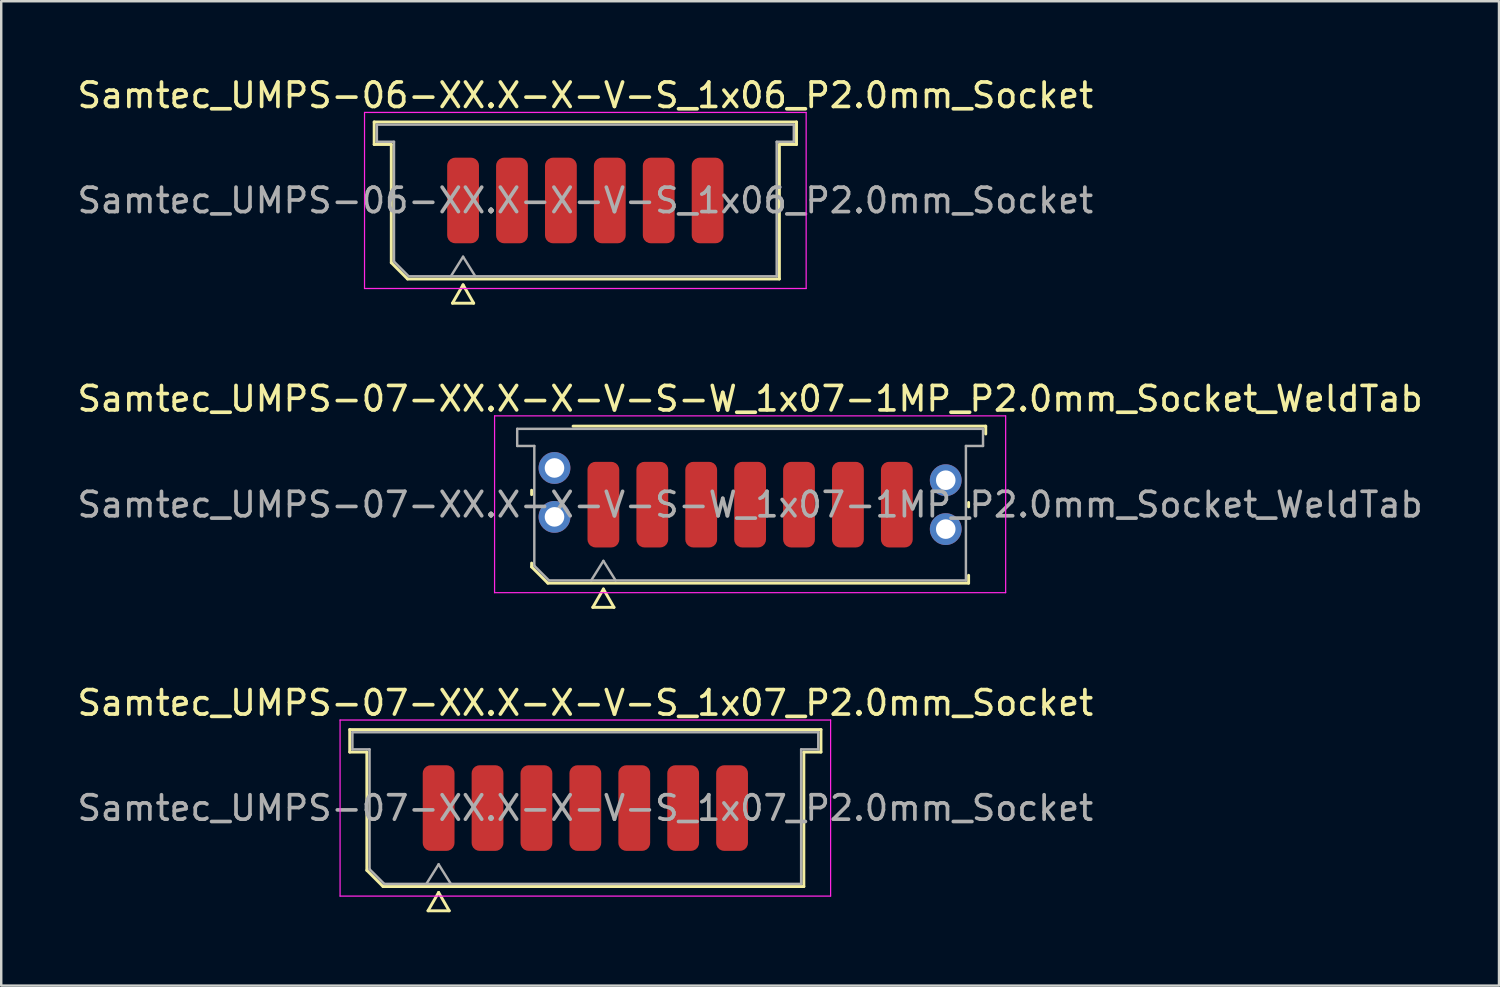
<source format=kicad_pcb>
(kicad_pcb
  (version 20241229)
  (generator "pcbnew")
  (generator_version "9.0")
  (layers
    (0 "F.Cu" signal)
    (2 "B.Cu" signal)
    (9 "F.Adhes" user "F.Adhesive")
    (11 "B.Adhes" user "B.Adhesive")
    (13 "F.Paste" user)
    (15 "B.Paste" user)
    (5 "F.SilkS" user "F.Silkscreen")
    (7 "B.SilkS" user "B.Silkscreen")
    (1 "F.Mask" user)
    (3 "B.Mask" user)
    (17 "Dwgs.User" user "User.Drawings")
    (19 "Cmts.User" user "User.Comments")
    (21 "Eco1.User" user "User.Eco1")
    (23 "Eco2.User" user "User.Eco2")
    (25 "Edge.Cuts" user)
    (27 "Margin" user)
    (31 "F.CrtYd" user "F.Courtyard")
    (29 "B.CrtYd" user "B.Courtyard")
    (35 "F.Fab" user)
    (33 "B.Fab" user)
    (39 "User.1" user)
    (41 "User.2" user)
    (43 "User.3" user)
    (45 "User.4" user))
  (footprint "Samtec_UMPS-07-XX.X-X-V-S_1x07_P2.0mm_Socket"
    (layer "F.Cu")
    (at 20.887 29.995)
    (property "Reference" "Samtec_UMPS-07-XX.X-X-V-S_1x07_P2.0mm_Socket" (at 0 -4.3 0) (layer "F.SilkS") (effects (font (size 1 1) (thickness 0.15))))
    (attr smd)
    (fp_line (start -9.635 -3.21) (end 9.635 -3.21) (stroke (width 0.12) (type solid)) (layer "F.SilkS"))
    (fp_line (start -9.635 -2.29) (end -9.635 -3.21) (stroke (width 0.12) (type solid)) (layer "F.SilkS"))
    (fp_line (start -8.935 -2.29) (end -9.635 -2.29) (stroke (width 0.12) (type solid)) (layer "F.SilkS"))
    (fp_line (start -8.935 2.546) (end -8.935 -2.29) (stroke (width 0.12) (type solid)) (layer "F.SilkS"))
    (fp_line (start -8.271 3.21) (end -8.935 2.546) (stroke (width 0.12) (type solid)) (layer "F.SilkS"))
    (fp_line (start -6.433 4.2) (end -6 3.45) (stroke (width 0.12) (type solid)) (layer "F.SilkS"))
    (fp_line (start -6 3.45) (end -5.567 4.2) (stroke (width 0.12) (type solid)) (layer "F.SilkS"))
    (fp_line (start -5.567 4.2) (end -6.433 4.2) (stroke (width 0.12) (type solid)) (layer "F.SilkS"))
    (fp_line (start 8.935 -2.29) (end 8.935 3.21) (stroke (width 0.12) (type solid)) (layer "F.SilkS"))
    (fp_line (start 8.935 3.21) (end -8.271 3.21) (stroke (width 0.12) (type solid)) (layer "F.SilkS"))
    (fp_line (start 9.635 -3.21) (end 9.635 -2.29) (stroke (width 0.12) (type solid)) (layer "F.SilkS"))
    (fp_line (start 9.635 -2.29) (end 8.935 -2.29) (stroke (width 0.12) (type solid)) (layer "F.SilkS"))
    (fp_line (start -10.03 -3.6) (end -10.03 3.6) (stroke (width 0.05) (type solid)) (layer "F.CrtYd"))
    (fp_line (start -10.03 3.6) (end 10.03 3.6) (stroke (width 0.05) (type solid)) (layer "F.CrtYd"))
    (fp_line (start 10.03 -3.6) (end -10.03 -3.6) (stroke (width 0.05) (type solid)) (layer "F.CrtYd"))
    (fp_line (start 10.03 3.6) (end 10.03 -3.6) (stroke (width 0.05) (type solid)) (layer "F.CrtYd"))
    (fp_line (start -9.525 -3.1) (end 9.525 -3.1) (stroke (width 0.1) (type solid)) (layer "F.Fab"))
    (fp_line (start -9.525 -2.4) (end -9.525 -3.1) (stroke (width 0.1) (type solid)) (layer "F.Fab"))
    (fp_line (start -8.825 -2.4) (end -9.525 -2.4) (stroke (width 0.1) (type solid)) (layer "F.Fab"))
    (fp_line (start -8.825 2.5) (end -8.825 -2.4) (stroke (width 0.1) (type solid)) (layer "F.Fab"))
    (fp_line (start -8.225 3.1) (end -8.825 2.5) (stroke (width 0.1) (type solid)) (layer "F.Fab"))
    (fp_line (start -6.5 3.1) (end -6 2.3) (stroke (width 0.1) (type solid)) (layer "F.Fab"))
    (fp_line (start -6 2.3) (end -5.5 3.1) (stroke (width 0.1) (type solid)) (layer "F.Fab"))
    (fp_line (start 8.825 -2.4) (end 8.825 3.1) (stroke (width 0.1) (type solid)) (layer "F.Fab"))
    (fp_line (start 8.825 3.1) (end -8.225 3.1) (stroke (width 0.1) (type solid)) (layer "F.Fab"))
    (fp_line (start 9.525 -3.1) (end 9.525 -2.4) (stroke (width 0.1) (type solid)) (layer "F.Fab"))
    (fp_line (start 9.525 -2.4) (end 8.825 -2.4) (stroke (width 0.1) (type solid)) (layer "F.Fab"))
    (fp_text user "${REFERENCE}" (at 0 0 0) (layer "F.Fab") (effects (font (size 1 1) (thickness 0.15))))
    (pad "1" smd roundrect (at -6 0) (size 1.3 3.5) (layers "F.Cu" "F.Mask" "F.Paste") (roundrect_rratio 0.25))
    (pad "2" smd roundrect (at -4 0) (size 1.3 3.5) (layers "F.Cu" "F.Mask" "F.Paste") (roundrect_rratio 0.25))
    (pad "3" smd roundrect (at -2 0) (size 1.3 3.5) (layers "F.Cu" "F.Mask" "F.Paste") (roundrect_rratio 0.25))
    (pad "4" smd roundrect (at 0 0) (size 1.3 3.5) (layers "F.Cu" "F.Mask" "F.Paste") (roundrect_rratio 0.25))
    (pad "5" smd roundrect (at 2 0) (size 1.3 3.5) (layers "F.Cu" "F.Mask" "F.Paste") (roundrect_rratio 0.25))
    (pad "6" smd roundrect (at 4 0) (size 1.3 3.5) (layers "F.Cu" "F.Mask" "F.Paste") (roundrect_rratio 0.25))
    (pad "7" smd roundrect (at 6 0) (size 1.3 3.5) (layers "F.Cu" "F.Mask" "F.Paste") (roundrect_rratio 0.25)))
  (footprint "Samtec_UMPS-07-XX.X-X-V-S-W_1x07-1MP_P2.0mm_Socket_WeldTab"
    (layer "F.Cu")
    (at 27.625 17.587)
    (property "Reference" "Samtec_UMPS-07-XX.X-X-V-S-W_1x07-1MP_P2.0mm_Socket_WeldTab" (at 0 -4.33 0) (layer "F.SilkS") (effects (font (size 1 1) (thickness 0.15))))
    (attr smd)
    (fp_line (start -8.935 -0.41) (end -8.935 -0.59) (stroke (width 0.12) (type solid)) (layer "F.SilkS"))
    (fp_line (start -8.935 2.546) (end -8.935 2.39) (stroke (width 0.12) (type solid)) (layer "F.SilkS"))
    (fp_line (start -8.271 3.21) (end -8.935 2.546) (stroke (width 0.12) (type solid)) (layer "F.SilkS"))
    (fp_line (start -7.24 -3.21) (end 9.635 -3.21) (stroke (width 0.12) (type solid)) (layer "F.SilkS"))
    (fp_line (start -6.433 4.2) (end -6 3.45) (stroke (width 0.12) (type solid)) (layer "F.SilkS"))
    (fp_line (start -6 3.45) (end -5.567 4.2) (stroke (width 0.12) (type solid)) (layer "F.SilkS"))
    (fp_line (start -5.567 4.2) (end -6.433 4.2) (stroke (width 0.12) (type solid)) (layer "F.SilkS"))
    (fp_line (start 8.935 -0.09) (end 8.935 0.09) (stroke (width 0.12) (type solid)) (layer "F.SilkS"))
    (fp_line (start 8.935 2.89) (end 8.935 3.21) (stroke (width 0.12) (type solid)) (layer "F.SilkS"))
    (fp_line (start 8.935 3.21) (end -8.271 3.21) (stroke (width 0.12) (type solid)) (layer "F.SilkS"))
    (fp_line (start 9.635 -3.21) (end 9.635 -2.89) (stroke (width 0.12) (type solid)) (layer "F.SilkS"))
    (fp_line (start -10.45 -3.63) (end -10.45 3.6) (stroke (width 0.05) (type solid)) (layer "F.CrtYd"))
    (fp_line (start -10.45 3.6) (end 10.45 3.6) (stroke (width 0.05) (type solid)) (layer "F.CrtYd"))
    (fp_line (start 10.45 -3.63) (end -10.45 -3.63) (stroke (width 0.05) (type solid)) (layer "F.CrtYd"))
    (fp_line (start 10.45 3.6) (end 10.45 -3.63) (stroke (width 0.05) (type solid)) (layer "F.CrtYd"))
    (fp_line (start -9.525 -3.1) (end 9.525 -3.1) (stroke (width 0.1) (type solid)) (layer "F.Fab"))
    (fp_line (start -9.525 -2.4) (end -9.525 -3.1) (stroke (width 0.1) (type solid)) (layer "F.Fab"))
    (fp_line (start -8.825 -2.4) (end -9.525 -2.4) (stroke (width 0.1) (type solid)) (layer "F.Fab"))
    (fp_line (start -8.825 2.5) (end -8.825 -2.4) (stroke (width 0.1) (type solid)) (layer "F.Fab"))
    (fp_line (start -8.225 3.1) (end -8.825 2.5) (stroke (width 0.1) (type solid)) (layer "F.Fab"))
    (fp_line (start -6.5 3.1) (end -6 2.3) (stroke (width 0.1) (type solid)) (layer "F.Fab"))
    (fp_line (start -6 2.3) (end -5.5 3.1) (stroke (width 0.1) (type solid)) (layer "F.Fab"))
    (fp_line (start 8.825 -2.4) (end 8.825 3.1) (stroke (width 0.1) (type solid)) (layer "F.Fab"))
    (fp_line (start 8.825 3.1) (end -8.225 3.1) (stroke (width 0.1) (type solid)) (layer "F.Fab"))
    (fp_line (start 9.525 -3.1) (end 9.525 -2.4) (stroke (width 0.1) (type solid)) (layer "F.Fab"))
    (fp_line (start 9.525 -2.4) (end 8.825 -2.4) (stroke (width 0.1) (type solid)) (layer "F.Fab"))
    (fp_text user "${REFERENCE}" (at 0 0 0) (layer "F.Fab") (effects (font (size 1 1) (thickness 0.15))))
    (pad "" smd rect (at -8.725 -1.99) (size 2.45 2.28) (layers "F.Paste"))
    (pad "" smd rect (at -8.725 0.99) (size 2.45 2.28) (layers "F.Paste"))
    (pad "" smd rect (at 8.725 -1.49) (size 2.45 2.28) (layers "F.Paste"))
    (pad "" smd rect (at 8.725 1.49) (size 2.45 2.28) (layers "F.Paste"))
    (pad "1" smd roundrect (at -6 0) (size 1.3 3.5) (layers "F.Cu" "F.Mask" "F.Paste") (roundrect_rratio 0.25))
    (pad "2" smd roundrect (at -4 0) (size 1.3 3.5) (layers "F.Cu" "F.Mask" "F.Paste") (roundrect_rratio 0.25))
    (pad "3" smd roundrect (at -2 0) (size 1.3 3.5) (layers "F.Cu" "F.Mask" "F.Paste") (roundrect_rratio 0.25))
    (pad "4" smd roundrect (at 0 0) (size 1.3 3.5) (layers "F.Cu" "F.Mask" "F.Paste") (roundrect_rratio 0.25))
    (pad "5" smd roundrect (at 2 0) (size 1.3 3.5) (layers "F.Cu" "F.Mask" "F.Paste") (roundrect_rratio 0.25))
    (pad "6" smd roundrect (at 4 0) (size 1.3 3.5) (layers "F.Cu" "F.Mask" "F.Paste") (roundrect_rratio 0.25))
    (pad "7" smd roundrect (at 6 0) (size 1.3 3.5) (layers "F.Cu" "F.Mask" "F.Paste") (roundrect_rratio 0.25))
    (pad "MP" thru_hole circle (at -8 -1.5) (size 1.3 1.3) (drill 0.8) (layers "*.Cu" "*.Mask"))
    (pad "MP" thru_hole circle (at -8 0.5) (size 1.3 1.3) (drill 0.8) (layers "*.Cu" "*.Mask"))
    (pad "MP" thru_hole circle (at 8 -1) (size 1.3 1.3) (drill 0.8) (layers "*.Cu" "*.Mask"))
    (pad "MP" thru_hole circle (at 8 1) (size 1.3 1.3) (drill 0.8) (layers "*.Cu" "*.Mask")))
  (footprint "Samtec_UMPS-06-XX.X-X-V-S_1x06_P2.0mm_Socket"
    (layer "F.Cu")
    (at 20.887 5.148)
    (property "Reference" "Samtec_UMPS-06-XX.X-X-V-S_1x06_P2.0mm_Socket" (at 0 -4.3 0) (layer "F.SilkS") (effects (font (size 1 1) (thickness 0.15))))
    (attr smd)
    (fp_line (start -8.635 -3.21) (end 8.635 -3.21) (stroke (width 0.12) (type solid)) (layer "F.SilkS"))
    (fp_line (start -8.635 -2.29) (end -8.635 -3.21) (stroke (width 0.12) (type solid)) (layer "F.SilkS"))
    (fp_line (start -7.935 -2.29) (end -8.635 -2.29) (stroke (width 0.12) (type solid)) (layer "F.SilkS"))
    (fp_line (start -7.935 2.546) (end -7.935 -2.29) (stroke (width 0.12) (type solid)) (layer "F.SilkS"))
    (fp_line (start -7.271 3.21) (end -7.935 2.546) (stroke (width 0.12) (type solid)) (layer "F.SilkS"))
    (fp_line (start -5.433 4.2) (end -5 3.45) (stroke (width 0.12) (type solid)) (layer "F.SilkS"))
    (fp_line (start -5 3.45) (end -4.567 4.2) (stroke (width 0.12) (type solid)) (layer "F.SilkS"))
    (fp_line (start -4.567 4.2) (end -5.433 4.2) (stroke (width 0.12) (type solid)) (layer "F.SilkS"))
    (fp_line (start 7.935 -2.29) (end 7.935 3.21) (stroke (width 0.12) (type solid)) (layer "F.SilkS"))
    (fp_line (start 7.935 3.21) (end -7.271 3.21) (stroke (width 0.12) (type solid)) (layer "F.SilkS"))
    (fp_line (start 8.635 -3.21) (end 8.635 -2.29) (stroke (width 0.12) (type solid)) (layer "F.SilkS"))
    (fp_line (start 8.635 -2.29) (end 7.935 -2.29) (stroke (width 0.12) (type solid)) (layer "F.SilkS"))
    (fp_line (start -9.03 -3.6) (end -9.03 3.6) (stroke (width 0.05) (type solid)) (layer "F.CrtYd"))
    (fp_line (start -9.03 3.6) (end 9.03 3.6) (stroke (width 0.05) (type solid)) (layer "F.CrtYd"))
    (fp_line (start 9.03 -3.6) (end -9.03 -3.6) (stroke (width 0.05) (type solid)) (layer "F.CrtYd"))
    (fp_line (start 9.03 3.6) (end 9.03 -3.6) (stroke (width 0.05) (type solid)) (layer "F.CrtYd"))
    (fp_line (start -8.525 -3.1) (end 8.525 -3.1) (stroke (width 0.1) (type solid)) (layer "F.Fab"))
    (fp_line (start -8.525 -2.4) (end -8.525 -3.1) (stroke (width 0.1) (type solid)) (layer "F.Fab"))
    (fp_line (start -7.825 -2.4) (end -8.525 -2.4) (stroke (width 0.1) (type solid)) (layer "F.Fab"))
    (fp_line (start -7.825 2.5) (end -7.825 -2.4) (stroke (width 0.1) (type solid)) (layer "F.Fab"))
    (fp_line (start -7.225 3.1) (end -7.825 2.5) (stroke (width 0.1) (type solid)) (layer "F.Fab"))
    (fp_line (start -5.5 3.1) (end -5 2.3) (stroke (width 0.1) (type solid)) (layer "F.Fab"))
    (fp_line (start -5 2.3) (end -4.5 3.1) (stroke (width 0.1) (type solid)) (layer "F.Fab"))
    (fp_line (start 7.825 -2.4) (end 7.825 3.1) (stroke (width 0.1) (type solid)) (layer "F.Fab"))
    (fp_line (start 7.825 3.1) (end -7.225 3.1) (stroke (width 0.1) (type solid)) (layer "F.Fab"))
    (fp_line (start 8.525 -3.1) (end 8.525 -2.4) (stroke (width 0.1) (type solid)) (layer "F.Fab"))
    (fp_line (start 8.525 -2.4) (end 7.825 -2.4) (stroke (width 0.1) (type solid)) (layer "F.Fab"))
    (fp_text user "${REFERENCE}" (at 0 0 0) (layer "F.Fab") (effects (font (size 1 1) (thickness 0.15))))
    (pad "1" smd roundrect (at -5 0) (size 1.3 3.5) (layers "F.Cu" "F.Mask" "F.Paste") (roundrect_rratio 0.25))
    (pad "2" smd roundrect (at -3 0) (size 1.3 3.5) (layers "F.Cu" "F.Mask" "F.Paste") (roundrect_rratio 0.25))
    (pad "3" smd roundrect (at -1 0) (size 1.3 3.5) (layers "F.Cu" "F.Mask" "F.Paste") (roundrect_rratio 0.25))
    (pad "4" smd roundrect (at 1 0) (size 1.3 3.5) (layers "F.Cu" "F.Mask" "F.Paste") (roundrect_rratio 0.25))
    (pad "5" smd roundrect (at 3 0) (size 1.3 3.5) (layers "F.Cu" "F.Mask" "F.Paste") (roundrect_rratio 0.25))
    (pad "6" smd roundrect (at 5 0) (size 1.3 3.5) (layers "F.Cu" "F.Mask" "F.Paste") (roundrect_rratio 0.25)))
  (gr_rect
    (start -3 -3)
    (end 58.25 37.255)
    (stroke (width 0.1) (type default))
    (fill no)
    (layer "Edge.Cuts")))
</source>
